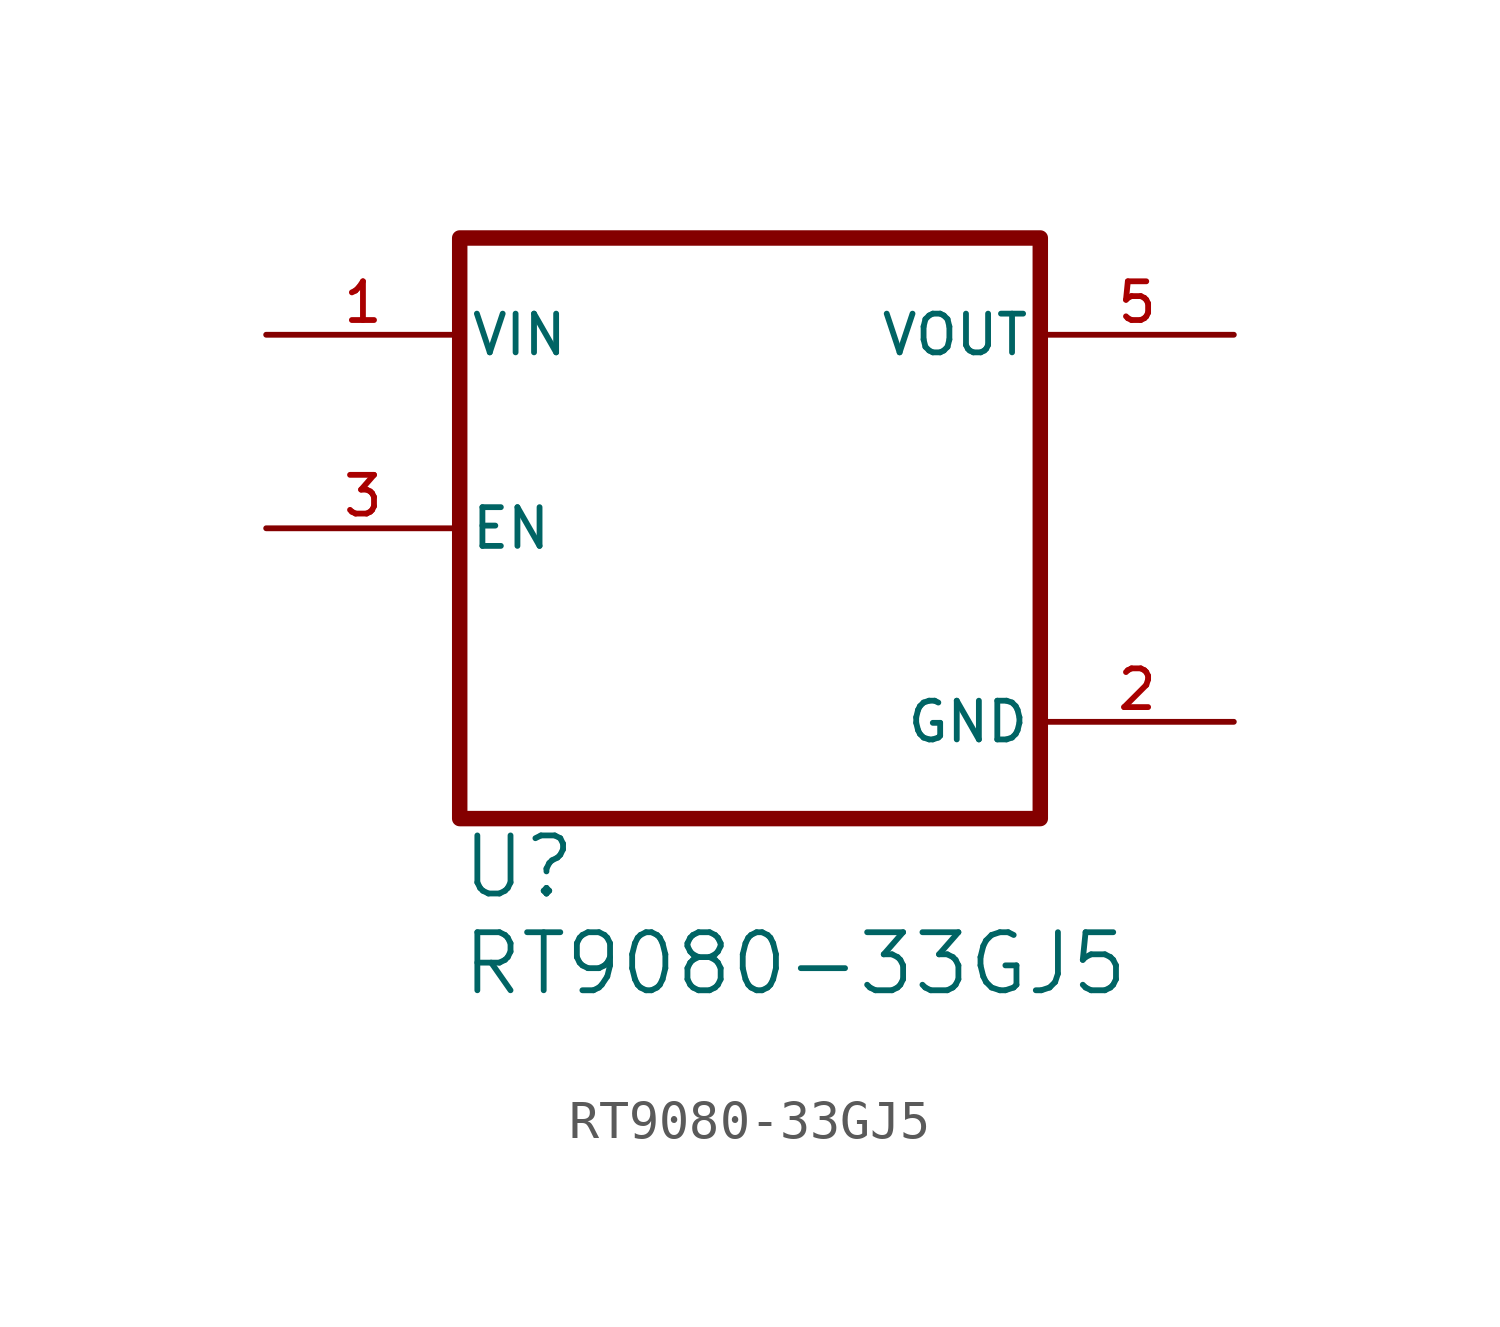
<source format=kicad_sym>
(kicad_symbol_lib
  (version 20231120)
  (generator "kicad_symbol_editor")
  (generator_version "8.0")
  (symbol "RT9080-33GJ5"
    (pin_names
      (offset 0.254))
    (property "Reference" "U"
      (at 13.97 -11.43 0)
      (effects (font (size 1.524 1.524)) (justify left)))
    (property "Value" "RT9080-33GJ5"
      (at 13.97 -13.97 0)
      (effects (font (size 1.524 1.524)) (justify left)))
    (symbol "RT9080-33GJ5_0_0"
      (rectangle (start 13.97 -10.16) (end 29.21 5.08) (stroke (width 0.406) (type solid)) (fill (type none)))
      (pin power_in line (at 8.89 2.54 0) (length 5.08) (name "VIN" (effects (font (size 1.016 1.016)))) (number "1" (effects (font (size 1.016 1.016)))))
      (pin power_in line (at 34.29 -7.62 180) (length 5.08) (name "GND" (effects (font (size 1.016 1.016)))) (number "2" (effects (font (size 1.016 1.016)))))
      (pin input line (at 8.89 -2.54 0) (length 5.08) (name "EN" (effects (font (size 1.016 1.016)))) (number "3" (effects (font (size 1.016 1.016)))))
      (pin power_out line (at 34.29 2.54 180) (length 5.08) (name "VOUT" (effects (font (size 1.016 1.016)))) (number "5" (effects (font (size 1.016 1.016))))))))
</source>
